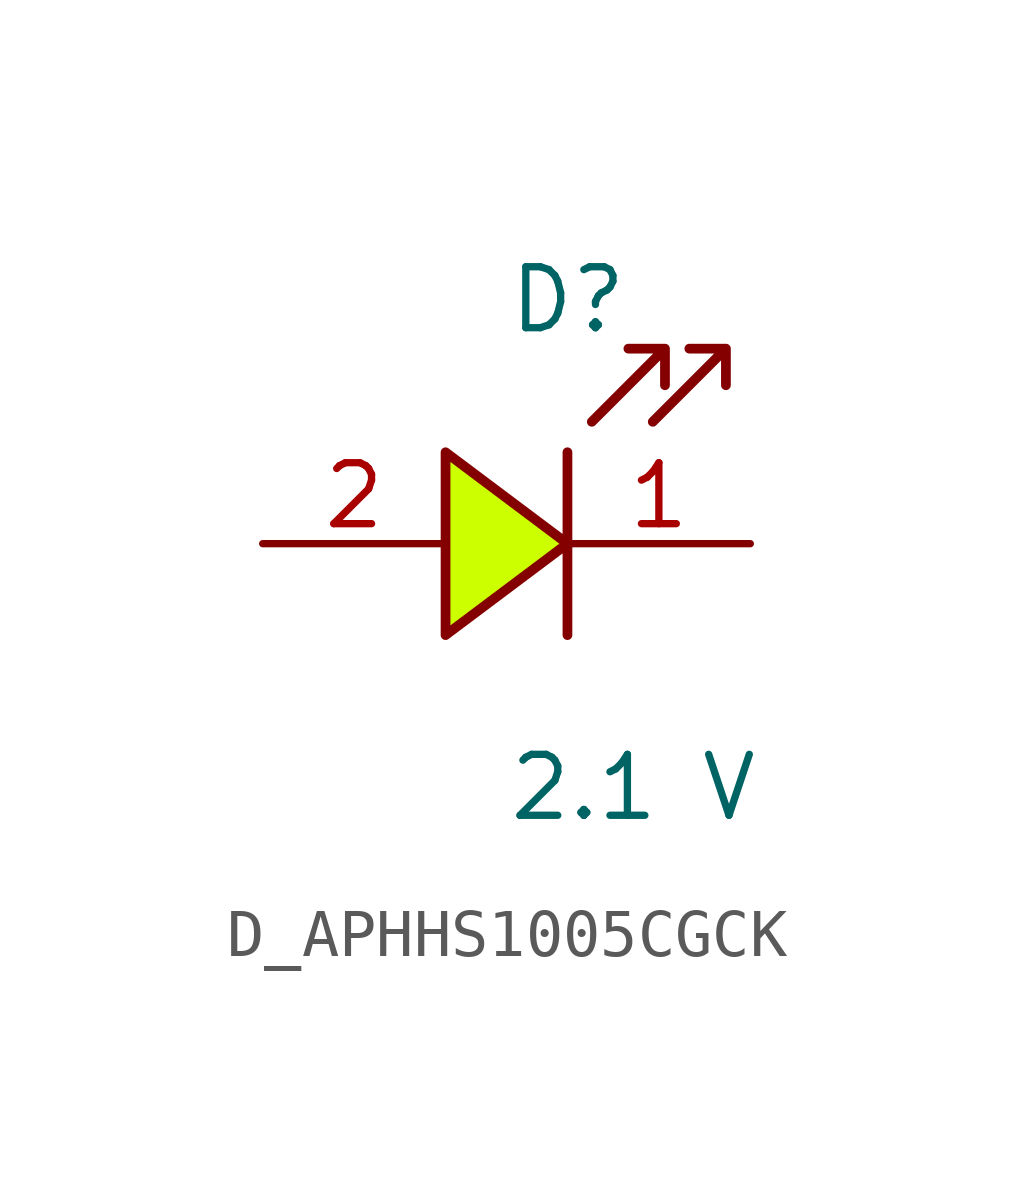
<source format=kicad_sym>
(kicad_symbol_lib
  (version 20231120)
  (generator kicad_symbol_editor)
  (generator_version 8.0)
  (symbol "D_APHHS1005CGCK"
    (pin_names
      (offset 0.254))
    (property "Reference" "D"
      (at 0 5.08 0)
      (effects (font (size 1.27 1.27)) (justify left)))
    (property "Value" "2.1 V"
      (at 0 -5.08 0)
      (effects (font (size 1.27 1.27)) (justify left)))
    (symbol "D_APHHS1005CGCK_1_0"
      (polyline (pts (xy 1.27 1.905) (xy 1.27 0) (xy -1.27 1.905) (xy -1.27 -1.905) (xy 1.27 0) (xy 1.27 -1.905)) (stroke (width 0.203) (type default)) (fill (type color) (color 204 255 0 1)))
      (polyline (pts (xy 1.778 2.54) (xy 3.302 4.064) (xy 2.54 4.064) (xy 3.302 4.064) (xy 3.302 3.302)) (stroke (width 0.203) (type default)) (fill (type none)))
      (polyline (pts (xy 3.048 2.54) (xy 4.572 4.064) (xy 3.81 4.064) (xy 4.572 4.064) (xy 4.572 3.302)) (stroke (width 0.203) (type default)) (fill (type none)))
      (pin passive line (at 5.08 0 180) (length 3.81) (name "" (effects (font (size 1.27 1.27)))) (number "1" (effects (font (size 1.27 1.27)))))
      (pin passive line (at -5.08 0 0) (length 3.81) (name "" (effects (font (size 1.27 1.27)))) (number "2" (effects (font (size 1.27 1.27))))))))
</source>
